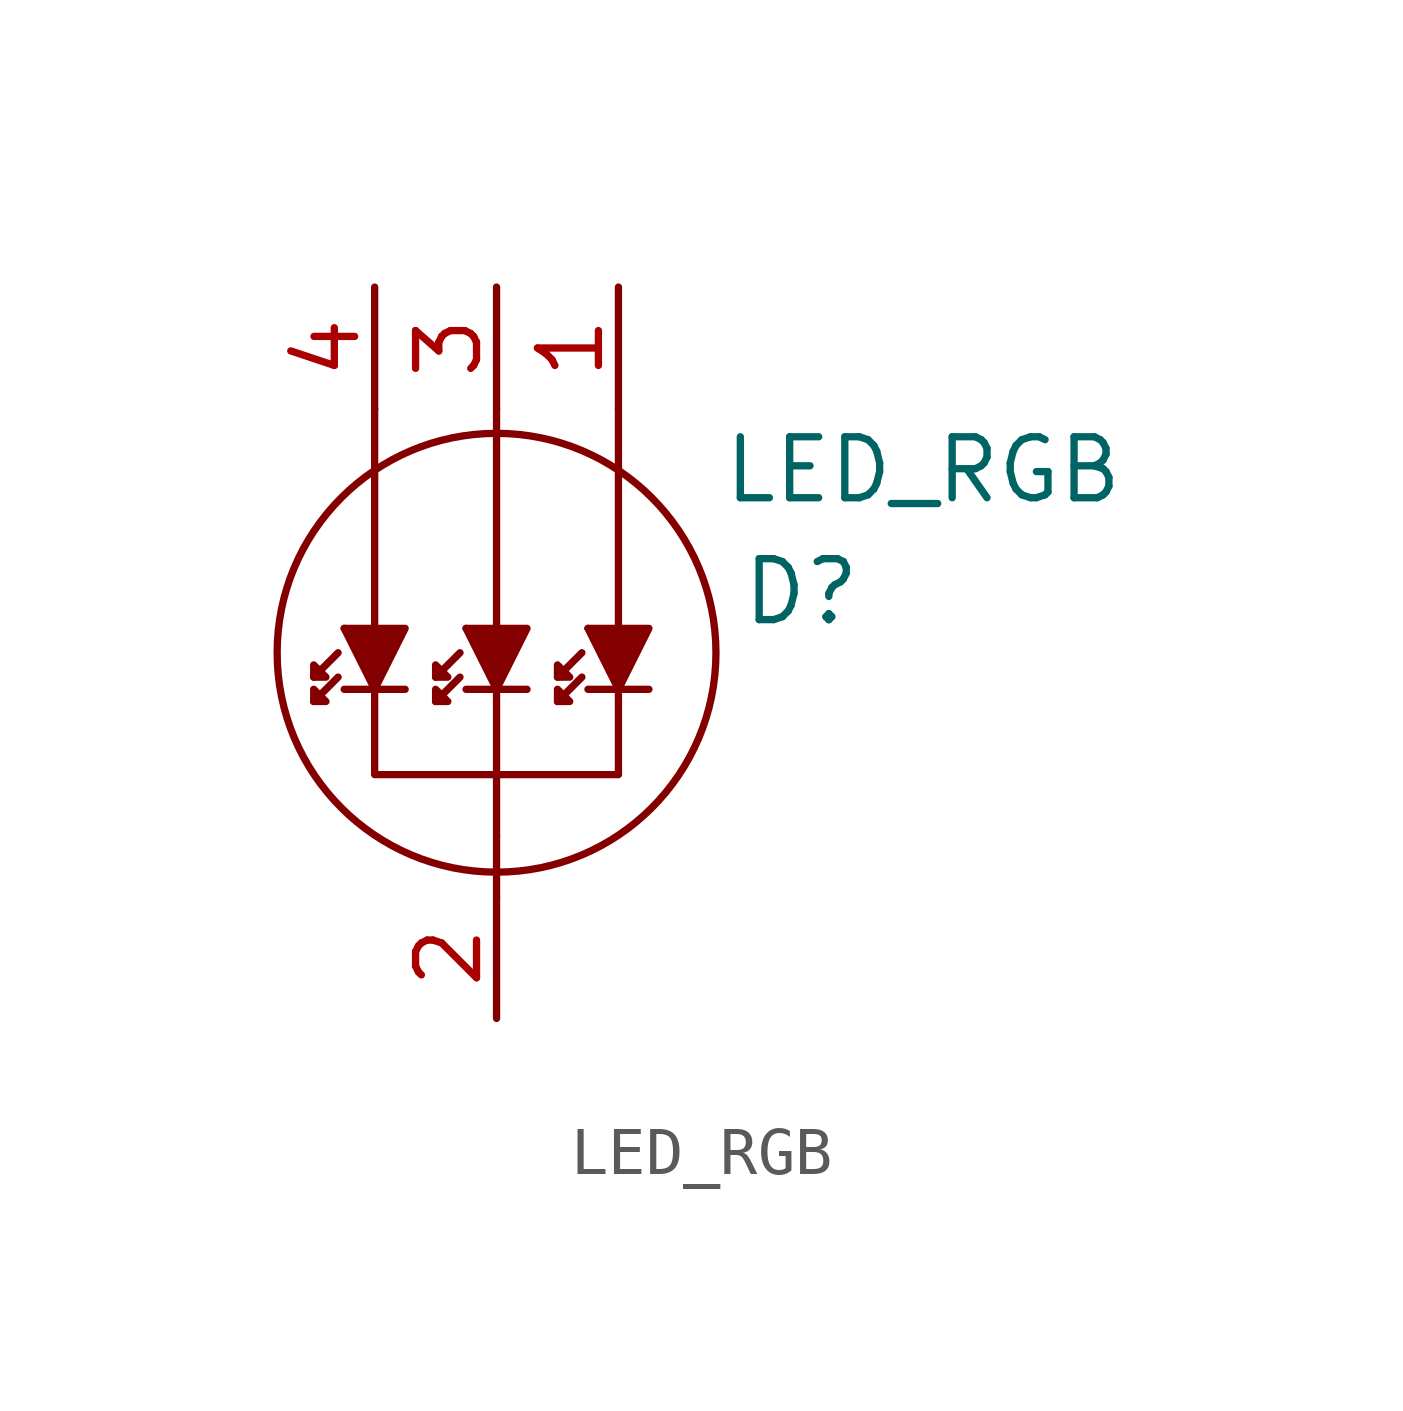
<source format=kicad_sym>
(kicad_symbol_lib
  (version 20231120)
  (generator "kicad_symbol_editor")
  (generator_version "8.0")
  (symbol "LED_RGB"
    (pin_names
      (offset 1.016))
    (property "Reference" "D"
      (at 6.35 1.27 0)
      (effects (font (size 1.27 1.27))))
    (property "Value" "LED_RGB"
      (at 8.89 3.81 0)
      (effects (font (size 1.27 1.27))))
    (symbol "LED_RGB_0_1"
      (rectangle (start 0 -3.81) (end 0 -5.08) (stroke (width 0) (type default)) (fill (type none)))
      (polyline (pts (xy -3.175 0.508) (xy -2.54 -0.762)) (stroke (width 0) (type default)) (fill (type none)))
      (polyline (pts (xy -2.54 0) (xy -2.54 5.08)) (stroke (width 0) (type default)) (fill (type none)))
      (polyline (pts (xy 0 -2.54) (xy 0 -3.81)) (stroke (width 0) (type default)) (fill (type none)))
      (polyline (pts (xy 2.54 0) (xy 2.54 5.08)) (stroke (width 0) (type default)) (fill (type none)))
      (polyline (pts (xy -2.54 0) (xy -2.54 -2.54) (xy 0 -2.54) (xy 0 0) (xy 0 -2.54) (xy 2.54 -2.54) (xy 2.54 0)) (stroke (width 0) (type default)) (fill (type none)))
      (rectangle (start 0 0) (end 0 5.08) (stroke (width 0) (type default)) (fill (type none)))
      (circle (center 0 0) (radius 4.572) (stroke (width 0) (type default)) (fill (type none))))
    (symbol "LED_RGB_1_1"
      (polyline (pts (xy -0.635 0.508) (xy 0 -0.762)) (stroke (width 0) (type default)) (fill (type none)))
      (polyline (pts (xy 1.905 0.508) (xy 2.54 -0.762)) (stroke (width 0) (type default)) (fill (type none)))
      (polyline (pts (xy -3.302 -0.508) (xy -3.81 -1.016) (xy -3.81 -1.016)) (stroke (width 0) (type default)) (fill (type none)))
      (polyline (pts (xy -3.302 0) (xy -3.81 -0.508) (xy -3.81 -0.508)) (stroke (width 0) (type default)) (fill (type none)))
      (polyline (pts (xy -3.175 -0.762) (xy -1.905 -0.762) (xy -1.905 -0.762)) (stroke (width 0) (type default)) (fill (type none)))
      (polyline (pts (xy -0.762 -0.508) (xy -1.27 -1.016) (xy -1.27 -1.016)) (stroke (width 0) (type default)) (fill (type none)))
      (polyline (pts (xy -0.762 0) (xy -1.27 -0.508) (xy -1.27 -0.508)) (stroke (width 0) (type default)) (fill (type none)))
      (polyline (pts (xy -0.635 -0.762) (xy 0.635 -0.762) (xy 0.635 -0.762)) (stroke (width 0) (type default)) (fill (type none)))
      (polyline (pts (xy 1.778 -0.508) (xy 1.27 -1.016) (xy 1.27 -1.016)) (stroke (width 0) (type default)) (fill (type none)))
      (polyline (pts (xy 1.778 0) (xy 1.27 -0.508) (xy 1.27 -0.508)) (stroke (width 0) (type default)) (fill (type none)))
      (polyline (pts (xy 1.905 -0.762) (xy 3.175 -0.762) (xy 3.175 -0.762)) (stroke (width 0) (type default)) (fill (type none)))
      (polyline (pts (xy -2.54 -0.762) (xy -1.905 0.508) (xy -3.175 0.508) (xy -3.175 0.508)) (stroke (width 0) (type default)) (fill (type outline)))
      (polyline (pts (xy 0 -0.762) (xy 0.635 0.508) (xy -0.635 0.508) (xy -0.635 0.508)) (stroke (width 0) (type default)) (fill (type outline)))
      (polyline (pts (xy 2.54 -0.762) (xy 3.175 0.508) (xy 1.905 0.508) (xy 1.905 0.508)) (stroke (width 0) (type default)) (fill (type outline)))
      (polyline (pts (xy -3.81 -1.016) (xy -3.81 -0.762) (xy -3.556 -1.016) (xy -3.81 -1.016) (xy -3.81 -1.016)) (stroke (width 0) (type default)) (fill (type outline)))
      (polyline (pts (xy -1.27 -1.016) (xy -1.27 -0.762) (xy -1.016 -1.016) (xy -1.27 -1.016) (xy -1.27 -1.016)) (stroke (width 0) (type default)) (fill (type outline)))
      (polyline (pts (xy 1.27 -1.016) (xy 1.27 -0.762) (xy 1.524 -1.016) (xy 1.27 -1.016) (xy 1.27 -1.016)) (stroke (width 0) (type default)) (fill (type outline)))
      (polyline (pts (xy -3.81 -0.508) (xy -3.81 -0.254) (xy -3.556 -0.508) (xy -3.81 -0.508) (xy -3.81 -0.508) (xy -3.81 -0.508)) (stroke (width 0) (type default)) (fill (type outline)))
      (polyline (pts (xy -1.27 -0.508) (xy -1.27 -0.254) (xy -1.016 -0.508) (xy -1.27 -0.508) (xy -1.27 -0.508) (xy -1.27 -0.508)) (stroke (width 0) (type default)) (fill (type outline)))
      (polyline (pts (xy 1.27 -0.508) (xy 1.27 -0.254) (xy 1.524 -0.508) (xy 1.27 -0.508) (xy 1.27 -0.508) (xy 1.27 -0.508)) (stroke (width 0) (type default)) (fill (type outline)))
      (pin input line (at 2.54 7.62 270) (length 2.54) (name "~" (effects (font (size 1.27 1.27)))) (number "1" (effects (font (size 1.27 1.27)))))
      (pin input line (at 0 -7.62 90) (length 2.54) (name "~" (effects (font (size 1.27 1.27)))) (number "2" (effects (font (size 1.27 1.27)))))
      (pin input line (at 0 7.62 270) (length 2.54) (name "~" (effects (font (size 1.27 1.27)))) (number "3" (effects (font (size 1.27 1.27)))))
      (pin input line (at -2.54 7.62 270) (length 2.54) (name "~" (effects (font (size 1.27 1.27)))) (number "4" (effects (font (size 1.27 1.27))))))))
</source>
